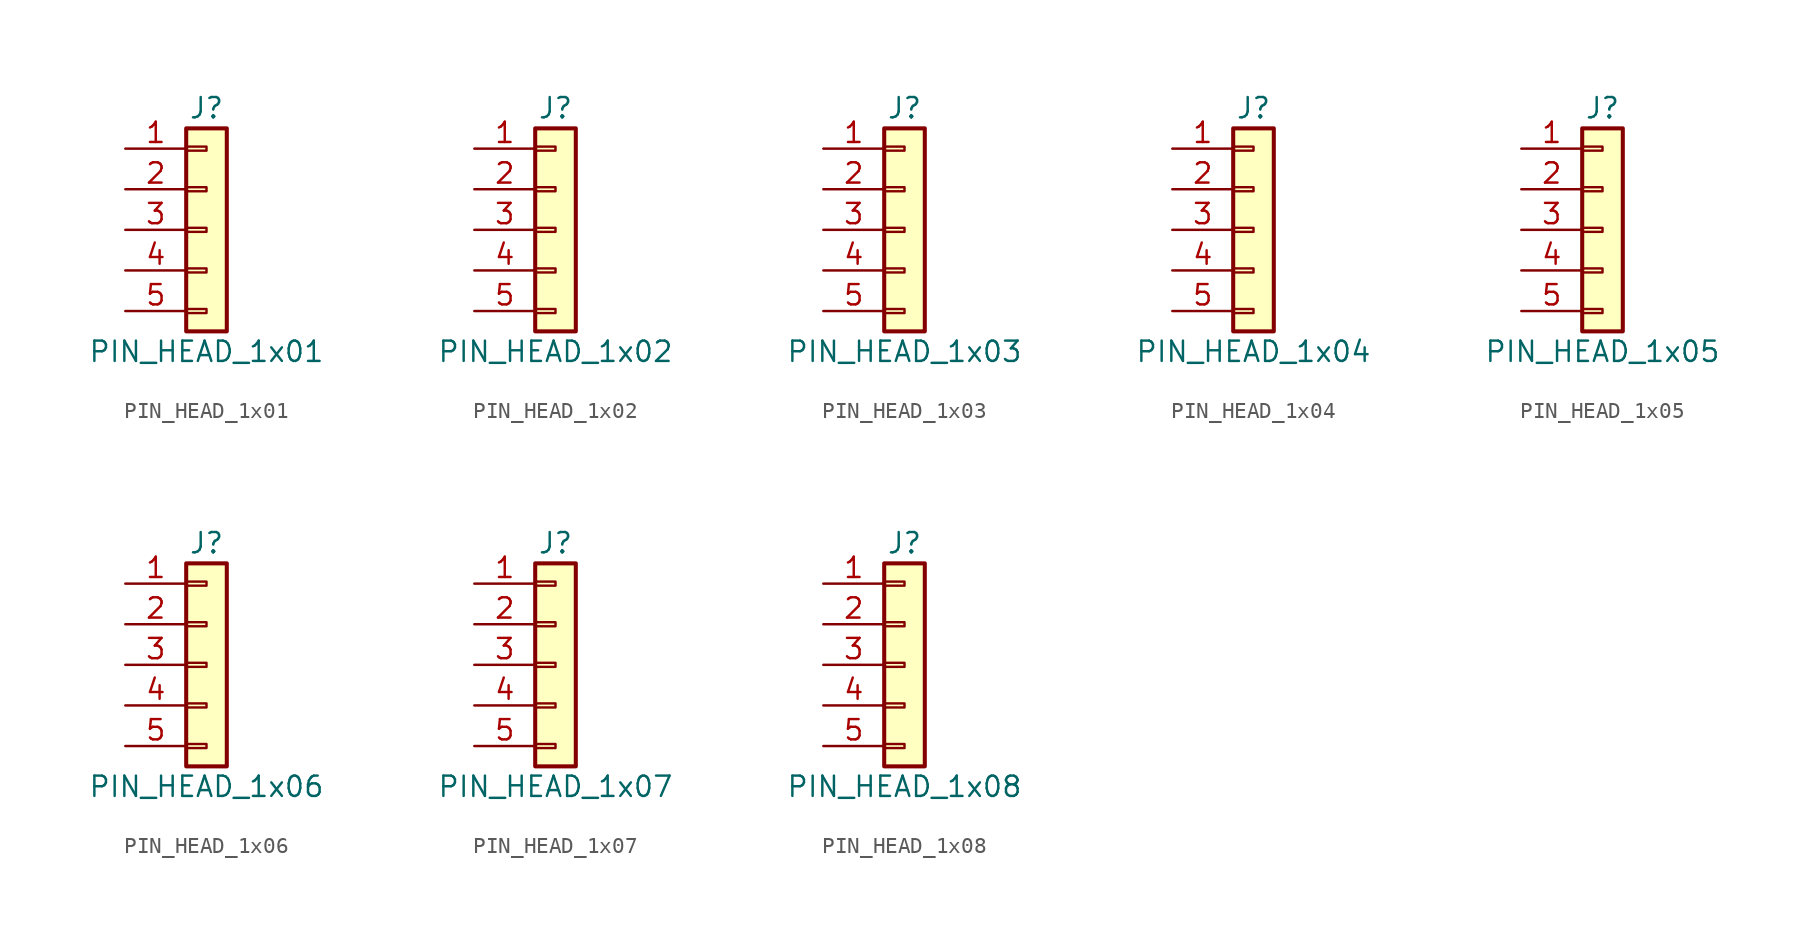
<source format=kicad_sym>
(kicad_symbol_lib
  (version 20211014)
  (generator kicad_symbol_editor)
  (symbol "PIN_HEAD_1x01"
    (pin_names
      (offset 1.016) hide)
    (property "Reference" "J"
      (at 0 7.62 0)
      (effects (font (size 1.27 1.27))))
    (property "Value" "PIN_HEAD_1x01"
      (at 0 -7.62 0)
      (effects (font (size 1.27 1.27))))
    (symbol "PIN_HEAD_1x01_1_1"
      (rectangle (start -1.27 -4.953) (end 0 -5.207) (stroke (width 0.152) (type default) (color 0 0 0 0)) (fill (type none)))
      (rectangle (start -1.27 -2.413) (end 0 -2.667) (stroke (width 0.152) (type default) (color 0 0 0 0)) (fill (type none)))
      (rectangle (start -1.27 0.127) (end 0 -0.127) (stroke (width 0.152) (type default) (color 0 0 0 0)) (fill (type none)))
      (rectangle (start -1.27 2.667) (end 0 2.413) (stroke (width 0.152) (type default) (color 0 0 0 0)) (fill (type none)))
      (rectangle (start -1.27 5.207) (end 0 4.953) (stroke (width 0.152) (type default) (color 0 0 0 0)) (fill (type none)))
      (rectangle (start -1.27 6.35) (end 1.27 -6.35) (stroke (width 0.254) (type default) (color 0 0 0 0)) (fill (type background)))
      (pin passive line (at -5.08 5.08 0) (length 3.81) (name "Pin_1" (effects (font (size 1.27 1.27)))) (number "1" (effects (font (size 1.27 1.27)))))
      (pin passive line (at -5.08 2.54 0) (length 3.81) (name "Pin_2" (effects (font (size 1.27 1.27)))) (number "2" (effects (font (size 1.27 1.27)))))
      (pin passive line (at -5.08 0 0) (length 3.81) (name "Pin_3" (effects (font (size 1.27 1.27)))) (number "3" (effects (font (size 1.27 1.27)))))
      (pin passive line (at -5.08 -2.54 0) (length 3.81) (name "Pin_4" (effects (font (size 1.27 1.27)))) (number "4" (effects (font (size 1.27 1.27)))))
      (pin passive line (at -5.08 -5.08 0) (length 3.81) (name "Pin_5" (effects (font (size 1.27 1.27)))) (number "5" (effects (font (size 1.27 1.27)))))))
  (symbol "PIN_HEAD_1x02"
    (pin_names
      (offset 1.016) hide)
    (property "Reference" "J"
      (at 0 7.62 0)
      (effects (font (size 1.27 1.27))))
    (property "Value" "PIN_HEAD_1x02"
      (at 0 -7.62 0)
      (effects (font (size 1.27 1.27))))
    (symbol "PIN_HEAD_1x02_1_1"
      (rectangle (start -1.27 -4.953) (end 0 -5.207) (stroke (width 0.152) (type default) (color 0 0 0 0)) (fill (type none)))
      (rectangle (start -1.27 -2.413) (end 0 -2.667) (stroke (width 0.152) (type default) (color 0 0 0 0)) (fill (type none)))
      (rectangle (start -1.27 0.127) (end 0 -0.127) (stroke (width 0.152) (type default) (color 0 0 0 0)) (fill (type none)))
      (rectangle (start -1.27 2.667) (end 0 2.413) (stroke (width 0.152) (type default) (color 0 0 0 0)) (fill (type none)))
      (rectangle (start -1.27 5.207) (end 0 4.953) (stroke (width 0.152) (type default) (color 0 0 0 0)) (fill (type none)))
      (rectangle (start -1.27 6.35) (end 1.27 -6.35) (stroke (width 0.254) (type default) (color 0 0 0 0)) (fill (type background)))
      (pin passive line (at -5.08 5.08 0) (length 3.81) (name "Pin_1" (effects (font (size 1.27 1.27)))) (number "1" (effects (font (size 1.27 1.27)))))
      (pin passive line (at -5.08 2.54 0) (length 3.81) (name "Pin_2" (effects (font (size 1.27 1.27)))) (number "2" (effects (font (size 1.27 1.27)))))
      (pin passive line (at -5.08 0 0) (length 3.81) (name "Pin_3" (effects (font (size 1.27 1.27)))) (number "3" (effects (font (size 1.27 1.27)))))
      (pin passive line (at -5.08 -2.54 0) (length 3.81) (name "Pin_4" (effects (font (size 1.27 1.27)))) (number "4" (effects (font (size 1.27 1.27)))))
      (pin passive line (at -5.08 -5.08 0) (length 3.81) (name "Pin_5" (effects (font (size 1.27 1.27)))) (number "5" (effects (font (size 1.27 1.27)))))))
  (symbol "PIN_HEAD_1x03"
    (pin_names
      (offset 1.016) hide)
    (property "Reference" "J"
      (at 0 7.62 0)
      (effects (font (size 1.27 1.27))))
    (property "Value" "PIN_HEAD_1x03"
      (at 0 -7.62 0)
      (effects (font (size 1.27 1.27))))
    (symbol "PIN_HEAD_1x03_1_1"
      (rectangle (start -1.27 -4.953) (end 0 -5.207) (stroke (width 0.152) (type default) (color 0 0 0 0)) (fill (type none)))
      (rectangle (start -1.27 -2.413) (end 0 -2.667) (stroke (width 0.152) (type default) (color 0 0 0 0)) (fill (type none)))
      (rectangle (start -1.27 0.127) (end 0 -0.127) (stroke (width 0.152) (type default) (color 0 0 0 0)) (fill (type none)))
      (rectangle (start -1.27 2.667) (end 0 2.413) (stroke (width 0.152) (type default) (color 0 0 0 0)) (fill (type none)))
      (rectangle (start -1.27 5.207) (end 0 4.953) (stroke (width 0.152) (type default) (color 0 0 0 0)) (fill (type none)))
      (rectangle (start -1.27 6.35) (end 1.27 -6.35) (stroke (width 0.254) (type default) (color 0 0 0 0)) (fill (type background)))
      (pin passive line (at -5.08 5.08 0) (length 3.81) (name "Pin_1" (effects (font (size 1.27 1.27)))) (number "1" (effects (font (size 1.27 1.27)))))
      (pin passive line (at -5.08 2.54 0) (length 3.81) (name "Pin_2" (effects (font (size 1.27 1.27)))) (number "2" (effects (font (size 1.27 1.27)))))
      (pin passive line (at -5.08 0 0) (length 3.81) (name "Pin_3" (effects (font (size 1.27 1.27)))) (number "3" (effects (font (size 1.27 1.27)))))
      (pin passive line (at -5.08 -2.54 0) (length 3.81) (name "Pin_4" (effects (font (size 1.27 1.27)))) (number "4" (effects (font (size 1.27 1.27)))))
      (pin passive line (at -5.08 -5.08 0) (length 3.81) (name "Pin_5" (effects (font (size 1.27 1.27)))) (number "5" (effects (font (size 1.27 1.27)))))))
  (symbol "PIN_HEAD_1x04"
    (pin_names
      (offset 1.016) hide)
    (property "Reference" "J"
      (at 0 7.62 0)
      (effects (font (size 1.27 1.27))))
    (property "Value" "PIN_HEAD_1x04"
      (at 0 -7.62 0)
      (effects (font (size 1.27 1.27))))
    (symbol "PIN_HEAD_1x04_1_1"
      (rectangle (start -1.27 -4.953) (end 0 -5.207) (stroke (width 0.152) (type default) (color 0 0 0 0)) (fill (type none)))
      (rectangle (start -1.27 -2.413) (end 0 -2.667) (stroke (width 0.152) (type default) (color 0 0 0 0)) (fill (type none)))
      (rectangle (start -1.27 0.127) (end 0 -0.127) (stroke (width 0.152) (type default) (color 0 0 0 0)) (fill (type none)))
      (rectangle (start -1.27 2.667) (end 0 2.413) (stroke (width 0.152) (type default) (color 0 0 0 0)) (fill (type none)))
      (rectangle (start -1.27 5.207) (end 0 4.953) (stroke (width 0.152) (type default) (color 0 0 0 0)) (fill (type none)))
      (rectangle (start -1.27 6.35) (end 1.27 -6.35) (stroke (width 0.254) (type default) (color 0 0 0 0)) (fill (type background)))
      (pin passive line (at -5.08 5.08 0) (length 3.81) (name "Pin_1" (effects (font (size 1.27 1.27)))) (number "1" (effects (font (size 1.27 1.27)))))
      (pin passive line (at -5.08 2.54 0) (length 3.81) (name "Pin_2" (effects (font (size 1.27 1.27)))) (number "2" (effects (font (size 1.27 1.27)))))
      (pin passive line (at -5.08 0 0) (length 3.81) (name "Pin_3" (effects (font (size 1.27 1.27)))) (number "3" (effects (font (size 1.27 1.27)))))
      (pin passive line (at -5.08 -2.54 0) (length 3.81) (name "Pin_4" (effects (font (size 1.27 1.27)))) (number "4" (effects (font (size 1.27 1.27)))))
      (pin passive line (at -5.08 -5.08 0) (length 3.81) (name "Pin_5" (effects (font (size 1.27 1.27)))) (number "5" (effects (font (size 1.27 1.27)))))))
  (symbol "PIN_HEAD_1x05"
    (pin_names
      (offset 1.016) hide)
    (property "Reference" "J"
      (at 0 7.62 0)
      (effects (font (size 1.27 1.27))))
    (property "Value" "PIN_HEAD_1x05"
      (at 0 -7.62 0)
      (effects (font (size 1.27 1.27))))
    (symbol "PIN_HEAD_1x05_1_1"
      (rectangle (start -1.27 -4.953) (end 0 -5.207) (stroke (width 0.152) (type default) (color 0 0 0 0)) (fill (type none)))
      (rectangle (start -1.27 -2.413) (end 0 -2.667) (stroke (width 0.152) (type default) (color 0 0 0 0)) (fill (type none)))
      (rectangle (start -1.27 0.127) (end 0 -0.127) (stroke (width 0.152) (type default) (color 0 0 0 0)) (fill (type none)))
      (rectangle (start -1.27 2.667) (end 0 2.413) (stroke (width 0.152) (type default) (color 0 0 0 0)) (fill (type none)))
      (rectangle (start -1.27 5.207) (end 0 4.953) (stroke (width 0.152) (type default) (color 0 0 0 0)) (fill (type none)))
      (rectangle (start -1.27 6.35) (end 1.27 -6.35) (stroke (width 0.254) (type default) (color 0 0 0 0)) (fill (type background)))
      (pin passive line (at -5.08 5.08 0) (length 3.81) (name "Pin_1" (effects (font (size 1.27 1.27)))) (number "1" (effects (font (size 1.27 1.27)))))
      (pin passive line (at -5.08 2.54 0) (length 3.81) (name "Pin_2" (effects (font (size 1.27 1.27)))) (number "2" (effects (font (size 1.27 1.27)))))
      (pin passive line (at -5.08 0 0) (length 3.81) (name "Pin_3" (effects (font (size 1.27 1.27)))) (number "3" (effects (font (size 1.27 1.27)))))
      (pin passive line (at -5.08 -2.54 0) (length 3.81) (name "Pin_4" (effects (font (size 1.27 1.27)))) (number "4" (effects (font (size 1.27 1.27)))))
      (pin passive line (at -5.08 -5.08 0) (length 3.81) (name "Pin_5" (effects (font (size 1.27 1.27)))) (number "5" (effects (font (size 1.27 1.27)))))))
  (symbol "PIN_HEAD_1x06"
    (pin_names
      (offset 1.016) hide)
    (property "Reference" "J"
      (at 0 7.62 0)
      (effects (font (size 1.27 1.27))))
    (property "Value" "PIN_HEAD_1x06"
      (at 0 -7.62 0)
      (effects (font (size 1.27 1.27))))
    (symbol "PIN_HEAD_1x06_1_1"
      (rectangle (start -1.27 -4.953) (end 0 -5.207) (stroke (width 0.152) (type default) (color 0 0 0 0)) (fill (type none)))
      (rectangle (start -1.27 -2.413) (end 0 -2.667) (stroke (width 0.152) (type default) (color 0 0 0 0)) (fill (type none)))
      (rectangle (start -1.27 0.127) (end 0 -0.127) (stroke (width 0.152) (type default) (color 0 0 0 0)) (fill (type none)))
      (rectangle (start -1.27 2.667) (end 0 2.413) (stroke (width 0.152) (type default) (color 0 0 0 0)) (fill (type none)))
      (rectangle (start -1.27 5.207) (end 0 4.953) (stroke (width 0.152) (type default) (color 0 0 0 0)) (fill (type none)))
      (rectangle (start -1.27 6.35) (end 1.27 -6.35) (stroke (width 0.254) (type default) (color 0 0 0 0)) (fill (type background)))
      (pin passive line (at -5.08 5.08 0) (length 3.81) (name "Pin_1" (effects (font (size 1.27 1.27)))) (number "1" (effects (font (size 1.27 1.27)))))
      (pin passive line (at -5.08 2.54 0) (length 3.81) (name "Pin_2" (effects (font (size 1.27 1.27)))) (number "2" (effects (font (size 1.27 1.27)))))
      (pin passive line (at -5.08 0 0) (length 3.81) (name "Pin_3" (effects (font (size 1.27 1.27)))) (number "3" (effects (font (size 1.27 1.27)))))
      (pin passive line (at -5.08 -2.54 0) (length 3.81) (name "Pin_4" (effects (font (size 1.27 1.27)))) (number "4" (effects (font (size 1.27 1.27)))))
      (pin passive line (at -5.08 -5.08 0) (length 3.81) (name "Pin_5" (effects (font (size 1.27 1.27)))) (number "5" (effects (font (size 1.27 1.27)))))))
  (symbol "PIN_HEAD_1x07"
    (pin_names
      (offset 1.016) hide)
    (property "Reference" "J"
      (at 0 7.62 0)
      (effects (font (size 1.27 1.27))))
    (property "Value" "PIN_HEAD_1x07"
      (at 0 -7.62 0)
      (effects (font (size 1.27 1.27))))
    (symbol "PIN_HEAD_1x07_1_1"
      (rectangle (start -1.27 -4.953) (end 0 -5.207) (stroke (width 0.152) (type default) (color 0 0 0 0)) (fill (type none)))
      (rectangle (start -1.27 -2.413) (end 0 -2.667) (stroke (width 0.152) (type default) (color 0 0 0 0)) (fill (type none)))
      (rectangle (start -1.27 0.127) (end 0 -0.127) (stroke (width 0.152) (type default) (color 0 0 0 0)) (fill (type none)))
      (rectangle (start -1.27 2.667) (end 0 2.413) (stroke (width 0.152) (type default) (color 0 0 0 0)) (fill (type none)))
      (rectangle (start -1.27 5.207) (end 0 4.953) (stroke (width 0.152) (type default) (color 0 0 0 0)) (fill (type none)))
      (rectangle (start -1.27 6.35) (end 1.27 -6.35) (stroke (width 0.254) (type default) (color 0 0 0 0)) (fill (type background)))
      (pin passive line (at -5.08 5.08 0) (length 3.81) (name "Pin_1" (effects (font (size 1.27 1.27)))) (number "1" (effects (font (size 1.27 1.27)))))
      (pin passive line (at -5.08 2.54 0) (length 3.81) (name "Pin_2" (effects (font (size 1.27 1.27)))) (number "2" (effects (font (size 1.27 1.27)))))
      (pin passive line (at -5.08 0 0) (length 3.81) (name "Pin_3" (effects (font (size 1.27 1.27)))) (number "3" (effects (font (size 1.27 1.27)))))
      (pin passive line (at -5.08 -2.54 0) (length 3.81) (name "Pin_4" (effects (font (size 1.27 1.27)))) (number "4" (effects (font (size 1.27 1.27)))))
      (pin passive line (at -5.08 -5.08 0) (length 3.81) (name "Pin_5" (effects (font (size 1.27 1.27)))) (number "5" (effects (font (size 1.27 1.27)))))))
  (symbol "PIN_HEAD_1x08"
    (pin_names
      (offset 1.016) hide)
    (property "Reference" "J"
      (at 0 7.62 0)
      (effects (font (size 1.27 1.27))))
    (property "Value" "PIN_HEAD_1x08"
      (at 0 -7.62 0)
      (effects (font (size 1.27 1.27))))
    (symbol "PIN_HEAD_1x08_1_1"
      (rectangle (start -1.27 -4.953) (end 0 -5.207) (stroke (width 0.152) (type default) (color 0 0 0 0)) (fill (type none)))
      (rectangle (start -1.27 -2.413) (end 0 -2.667) (stroke (width 0.152) (type default) (color 0 0 0 0)) (fill (type none)))
      (rectangle (start -1.27 0.127) (end 0 -0.127) (stroke (width 0.152) (type default) (color 0 0 0 0)) (fill (type none)))
      (rectangle (start -1.27 2.667) (end 0 2.413) (stroke (width 0.152) (type default) (color 0 0 0 0)) (fill (type none)))
      (rectangle (start -1.27 5.207) (end 0 4.953) (stroke (width 0.152) (type default) (color 0 0 0 0)) (fill (type none)))
      (rectangle (start -1.27 6.35) (end 1.27 -6.35) (stroke (width 0.254) (type default) (color 0 0 0 0)) (fill (type background)))
      (pin passive line (at -5.08 5.08 0) (length 3.81) (name "Pin_1" (effects (font (size 1.27 1.27)))) (number "1" (effects (font (size 1.27 1.27)))))
      (pin passive line (at -5.08 2.54 0) (length 3.81) (name "Pin_2" (effects (font (size 1.27 1.27)))) (number "2" (effects (font (size 1.27 1.27)))))
      (pin passive line (at -5.08 0 0) (length 3.81) (name "Pin_3" (effects (font (size 1.27 1.27)))) (number "3" (effects (font (size 1.27 1.27)))))
      (pin passive line (at -5.08 -2.54 0) (length 3.81) (name "Pin_4" (effects (font (size 1.27 1.27)))) (number "4" (effects (font (size 1.27 1.27)))))
      (pin passive line (at -5.08 -5.08 0) (length 3.81) (name "Pin_5" (effects (font (size 1.27 1.27)))) (number "5" (effects (font (size 1.27 1.27))))))))
</source>
